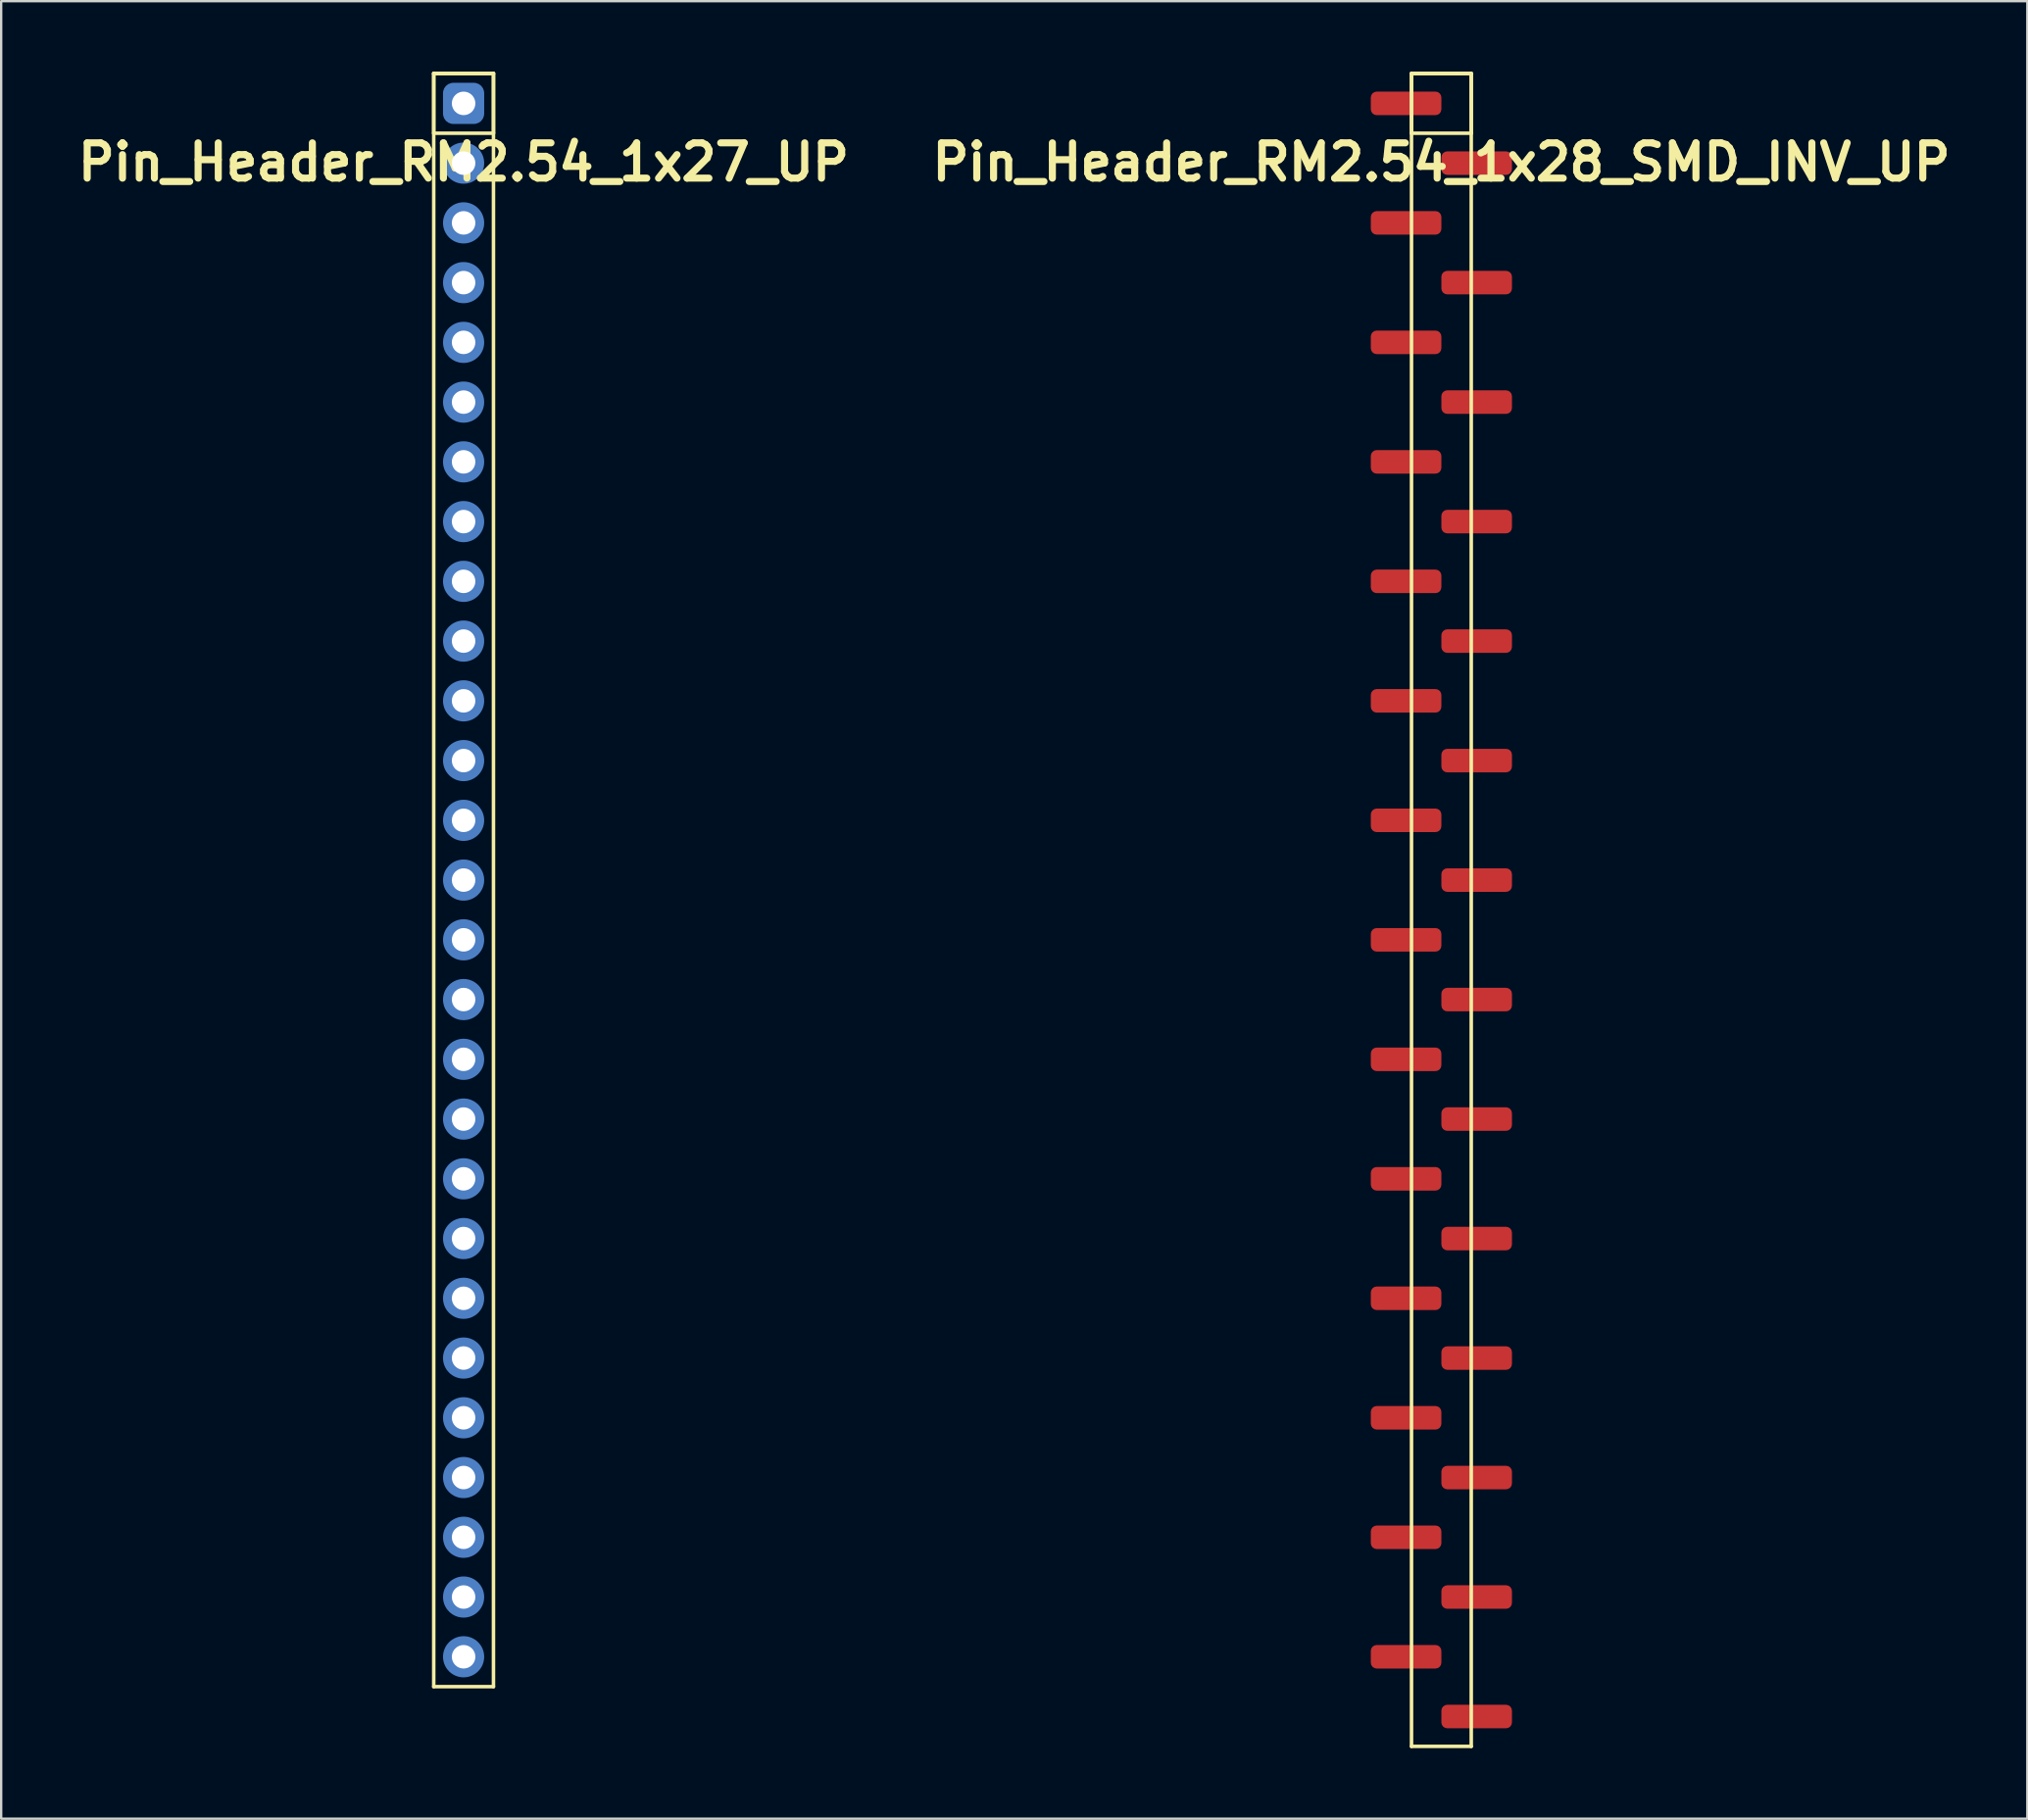
<source format=kicad_pcb>
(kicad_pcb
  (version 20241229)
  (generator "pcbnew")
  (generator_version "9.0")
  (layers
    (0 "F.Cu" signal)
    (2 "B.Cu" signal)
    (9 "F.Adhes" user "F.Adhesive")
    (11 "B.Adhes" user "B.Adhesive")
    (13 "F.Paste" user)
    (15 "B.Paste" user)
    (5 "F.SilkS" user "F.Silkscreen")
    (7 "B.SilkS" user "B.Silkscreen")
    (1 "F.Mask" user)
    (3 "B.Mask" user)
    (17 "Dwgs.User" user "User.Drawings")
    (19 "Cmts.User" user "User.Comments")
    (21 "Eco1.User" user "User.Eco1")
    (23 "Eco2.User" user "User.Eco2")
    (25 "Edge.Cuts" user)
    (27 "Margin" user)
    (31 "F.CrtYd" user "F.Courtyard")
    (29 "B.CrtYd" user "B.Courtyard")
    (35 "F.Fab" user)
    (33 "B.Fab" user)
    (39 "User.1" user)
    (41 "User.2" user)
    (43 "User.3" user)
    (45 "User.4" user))
  (footprint "Pin_Header_RM2.54_1x27_UP"
    (layer "F.Cu")
    (at 16.657 1.345)
    (property "Reference" "Pin_Header_RM2.54_1x27_UP" (at 0 2.5 0) (layer "F.SilkS") (effects (font (size 1.5 1.5) (thickness 0.3))))
    (attr through_hole)
    (fp_line (start -1.27 -1.27) (end 1.27 -1.27) (stroke (width 0.15) (type solid)) (layer "F.SilkS"))
    (fp_line (start -1.27 -1.27) (end 1.27 -1.27) (stroke (width 0.15) (type solid)) (layer "F.SilkS"))
    (fp_line (start -1.27 1.27) (end -1.27 -1.27) (stroke (width 0.15) (type solid)) (layer "F.SilkS"))
    (fp_line (start -1.27 67.31) (end -1.27 -1.27) (stroke (width 0.15) (type solid)) (layer "F.SilkS"))
    (fp_line (start 1.27 -1.27) (end 1.27 1.27) (stroke (width 0.15) (type solid)) (layer "F.SilkS"))
    (fp_line (start 1.27 -1.27) (end 1.27 67.31) (stroke (width 0.15) (type solid)) (layer "F.SilkS"))
    (fp_line (start 1.27 1.27) (end -1.27 1.27) (stroke (width 0.15) (type solid)) (layer "F.SilkS"))
    (fp_line (start 1.27 67.31) (end -1.27 67.31) (stroke (width 0.15) (type solid)) (layer "F.SilkS"))
    (pad "1" thru_hole circle (at 0 0) (size 1.3 1.3) (drill 1) (layers "*.Cu" "*.Mask"))
    (pad "1" smd roundrect (at 0 0) (size 1.5 1.5) (layers "F.Cu" "F.Mask") (roundrect_rratio 0.25))
    (pad "1" smd roundrect (at 0 0) (size 1.75 1.75) (layers "B.Cu" "B.Mask") (roundrect_rratio 0.25))
    (pad "2" thru_hole circle (at 0 2.54) (size 1.3 1.3) (drill 1) (layers "*.Cu" "*.Mask"))
    (pad "2" smd circle (at 0 2.54) (size 1.5 1.5) (layers "F.Cu" "F.Mask"))
    (pad "2" smd circle (at 0 2.54) (size 1.75 1.75) (layers "B.Cu" "B.Mask"))
    (pad "3" thru_hole circle (at 0 5.08) (size 1.3 1.3) (drill 1) (layers "*.Cu" "*.Mask"))
    (pad "3" smd circle (at 0 5.08) (size 1.5 1.5) (layers "F.Cu" "F.Mask"))
    (pad "3" smd circle (at 0 5.08) (size 1.75 1.75) (layers "B.Cu" "B.Mask"))
    (pad "4" thru_hole circle (at 0 7.62) (size 1.3 1.3) (drill 1) (layers "*.Cu" "*.Mask"))
    (pad "4" smd circle (at 0 7.62) (size 1.5 1.5) (layers "F.Cu" "F.Mask"))
    (pad "4" smd circle (at 0 7.62) (size 1.75 1.75) (layers "B.Cu" "B.Mask"))
    (pad "5" thru_hole circle (at 0 10.16) (size 1.3 1.3) (drill 1) (layers "*.Cu" "*.Mask"))
    (pad "5" smd circle (at 0 10.16) (size 1.5 1.5) (layers "F.Cu" "F.Mask"))
    (pad "5" smd circle (at 0 10.16) (size 1.75 1.75) (layers "B.Cu" "B.Mask"))
    (pad "6" thru_hole circle (at 0 12.7) (size 1.3 1.3) (drill 1) (layers "*.Cu" "*.Mask"))
    (pad "6" smd circle (at 0 12.7) (size 1.5 1.5) (layers "F.Cu" "F.Mask"))
    (pad "6" smd circle (at 0 12.7) (size 1.75 1.75) (layers "B.Cu" "B.Mask"))
    (pad "7" thru_hole circle (at 0 15.24) (size 1.3 1.3) (drill 1) (layers "*.Cu" "*.Mask"))
    (pad "7" smd circle (at 0 15.24) (size 1.5 1.5) (layers "F.Cu" "F.Mask"))
    (pad "7" smd circle (at 0 15.24) (size 1.75 1.75) (layers "B.Cu" "B.Mask"))
    (pad "8" thru_hole circle (at 0 17.78) (size 1.3 1.3) (drill 1) (layers "*.Cu" "*.Mask"))
    (pad "8" smd circle (at 0 17.78) (size 1.5 1.5) (layers "F.Cu" "F.Mask"))
    (pad "8" smd circle (at 0 17.78) (size 1.75 1.75) (layers "B.Cu" "B.Mask"))
    (pad "9" thru_hole circle (at 0 20.32) (size 1.3 1.3) (drill 1) (layers "*.Cu" "*.Mask"))
    (pad "9" smd circle (at 0 20.32) (size 1.5 1.5) (layers "F.Cu" "F.Mask"))
    (pad "9" smd circle (at 0 20.32) (size 1.75 1.75) (layers "B.Cu" "B.Mask"))
    (pad "10" thru_hole circle (at 0 22.86) (size 1.3 1.3) (drill 1) (layers "*.Cu" "*.Mask"))
    (pad "10" smd circle (at 0 22.86) (size 1.5 1.5) (layers "F.Cu" "F.Mask"))
    (pad "10" smd circle (at 0 22.86) (size 1.75 1.75) (layers "B.Cu" "B.Mask"))
    (pad "11" thru_hole circle (at 0 25.4) (size 1.3 1.3) (drill 1) (layers "*.Cu" "*.Mask"))
    (pad "11" smd circle (at 0 25.4) (size 1.5 1.5) (layers "F.Cu" "F.Mask"))
    (pad "11" smd circle (at 0 25.4) (size 1.75 1.75) (layers "B.Cu" "B.Mask"))
    (pad "12" thru_hole circle (at 0 27.94) (size 1.3 1.3) (drill 1) (layers "*.Cu" "*.Mask"))
    (pad "12" smd circle (at 0 27.94) (size 1.5 1.5) (layers "F.Cu" "F.Mask"))
    (pad "12" smd circle (at 0 27.94) (size 1.75 1.75) (layers "B.Cu" "B.Mask"))
    (pad "13" thru_hole circle (at 0 30.48) (size 1.3 1.3) (drill 1) (layers "*.Cu" "*.Mask"))
    (pad "13" smd circle (at 0 30.48) (size 1.5 1.5) (layers "F.Cu" "F.Mask"))
    (pad "13" smd circle (at 0 30.48) (size 1.75 1.75) (layers "B.Cu" "B.Mask"))
    (pad "14" thru_hole circle (at 0 33.02) (size 1.3 1.3) (drill 1) (layers "*.Cu" "*.Mask"))
    (pad "14" smd circle (at 0 33.02) (size 1.5 1.5) (layers "F.Cu" "F.Mask"))
    (pad "14" smd circle (at 0 33.02) (size 1.75 1.75) (layers "B.Cu" "B.Mask"))
    (pad "15" thru_hole circle (at 0 35.56) (size 1.3 1.3) (drill 1) (layers "*.Cu" "*.Mask"))
    (pad "15" smd circle (at 0 35.56) (size 1.5 1.5) (layers "F.Cu" "F.Mask"))
    (pad "15" smd circle (at 0 35.56) (size 1.75 1.75) (layers "B.Cu" "B.Mask"))
    (pad "16" thru_hole circle (at 0 38.1) (size 1.3 1.3) (drill 1) (layers "*.Cu" "*.Mask"))
    (pad "16" smd circle (at 0 38.1) (size 1.5 1.5) (layers "F.Cu" "F.Mask"))
    (pad "16" smd circle (at 0 38.1) (size 1.75 1.75) (layers "B.Cu" "B.Mask"))
    (pad "17" thru_hole circle (at 0 40.64) (size 1.3 1.3) (drill 1) (layers "*.Cu" "*.Mask"))
    (pad "17" smd circle (at 0 40.64) (size 1.5 1.5) (layers "F.Cu" "F.Mask"))
    (pad "17" smd circle (at 0 40.64) (size 1.75 1.75) (layers "B.Cu" "B.Mask"))
    (pad "18" thru_hole circle (at 0 43.18) (size 1.3 1.3) (drill 1) (layers "*.Cu" "*.Mask"))
    (pad "18" smd circle (at 0 43.18) (size 1.5 1.5) (layers "F.Cu" "F.Mask"))
    (pad "18" smd circle (at 0 43.18) (size 1.75 1.75) (layers "B.Cu" "B.Mask"))
    (pad "19" thru_hole circle (at 0 45.72) (size 1.3 1.3) (drill 1) (layers "*.Cu" "*.Mask"))
    (pad "19" smd circle (at 0 45.72) (size 1.5 1.5) (layers "F.Cu" "F.Mask"))
    (pad "19" smd circle (at 0 45.72) (size 1.75 1.75) (layers "B.Cu" "B.Mask"))
    (pad "20" thru_hole circle (at 0 48.26) (size 1.3 1.3) (drill 1) (layers "*.Cu" "*.Mask"))
    (pad "20" smd circle (at 0 48.26) (size 1.5 1.5) (layers "F.Cu" "F.Mask"))
    (pad "20" smd circle (at 0 48.26) (size 1.75 1.75) (layers "B.Cu" "B.Mask"))
    (pad "21" thru_hole circle (at 0 50.8) (size 1.3 1.3) (drill 1) (layers "*.Cu" "*.Mask"))
    (pad "21" smd circle (at 0 50.8) (size 1.5 1.5) (layers "F.Cu" "F.Mask"))
    (pad "21" smd circle (at 0 50.8) (size 1.75 1.75) (layers "B.Cu" "B.Mask"))
    (pad "22" thru_hole circle (at 0 53.34) (size 1.3 1.3) (drill 1) (layers "*.Cu" "*.Mask"))
    (pad "22" smd circle (at 0 53.34) (size 1.5 1.5) (layers "F.Cu" "F.Mask"))
    (pad "22" smd circle (at 0 53.34) (size 1.75 1.75) (layers "B.Cu" "B.Mask"))
    (pad "23" thru_hole circle (at 0 55.88) (size 1.3 1.3) (drill 1) (layers "*.Cu" "*.Mask"))
    (pad "23" smd circle (at 0 55.88) (size 1.5 1.5) (layers "F.Cu" "F.Mask"))
    (pad "23" smd circle (at 0 55.88) (size 1.75 1.75) (layers "B.Cu" "B.Mask"))
    (pad "24" thru_hole circle (at 0 58.42) (size 1.3 1.3) (drill 1) (layers "*.Cu" "*.Mask"))
    (pad "24" smd circle (at 0 58.42) (size 1.5 1.5) (layers "F.Cu" "F.Mask"))
    (pad "24" smd circle (at 0 58.42) (size 1.75 1.75) (layers "B.Cu" "B.Mask"))
    (pad "25" thru_hole circle (at 0 60.96) (size 1.3 1.3) (drill 1) (layers "*.Cu" "*.Mask"))
    (pad "25" smd circle (at 0 60.96) (size 1.5 1.5) (layers "F.Cu" "F.Mask"))
    (pad "25" smd circle (at 0 60.96) (size 1.75 1.75) (layers "B.Cu" "B.Mask"))
    (pad "26" thru_hole circle (at 0 63.5) (size 1.3 1.3) (drill 1) (layers "*.Cu" "*.Mask"))
    (pad "26" smd circle (at 0 63.5) (size 1.5 1.5) (layers "F.Cu" "F.Mask"))
    (pad "26" smd circle (at 0 63.5) (size 1.75 1.75) (layers "B.Cu" "B.Mask"))
    (pad "27" thru_hole circle (at 0 66.04) (size 1.3 1.3) (drill 1) (layers "*.Cu" "*.Mask"))
    (pad "27" smd circle (at 0 66.04) (size 1.5 1.5) (layers "F.Cu" "F.Mask"))
    (pad "27" smd circle (at 0 66.04) (size 1.75 1.75) (layers "B.Cu" "B.Mask")))
  (footprint "Pin_Header_RM2.54_1x28_SMD_INV_UP"
    (layer "F.Cu")
    (at 58.221 1.345)
    (property "Reference" "Pin_Header_RM2.54_1x28_SMD_INV_UP" (at 0 2.5 0) (layer "F.SilkS") (effects (font (size 1.5 1.5) (thickness 0.3))))
    (attr through_hole)
    (fp_line (start -1.27 -1.27) (end 1.27 -1.27) (stroke (width 0.15) (type solid)) (layer "F.SilkS"))
    (fp_line (start -1.27 -1.27) (end 1.27 -1.27) (stroke (width 0.15) (type solid)) (layer "F.SilkS"))
    (fp_line (start -1.27 1.27) (end -1.27 -1.27) (stroke (width 0.15) (type solid)) (layer "F.SilkS"))
    (fp_line (start -1.27 69.85) (end -1.27 -1.27) (stroke (width 0.15) (type solid)) (layer "F.SilkS"))
    (fp_line (start 1.27 -1.27) (end 1.27 1.27) (stroke (width 0.15) (type solid)) (layer "F.SilkS"))
    (fp_line (start 1.27 -1.27) (end 1.27 69.85) (stroke (width 0.15) (type solid)) (layer "F.SilkS"))
    (fp_line (start 1.27 1.27) (end -1.27 1.27) (stroke (width 0.15) (type solid)) (layer "F.SilkS"))
    (fp_line (start 1.27 69.85) (end -1.27 69.85) (stroke (width 0.15) (type solid)) (layer "F.SilkS"))
    (pad "1" smd roundrect (at -1.5 0) (size 3 1) (layers "F.Cu" "F.Mask" "F.Paste") (roundrect_rratio 0.25))
    (pad "2" smd roundrect (at 1.5 2.54) (size 3 1) (layers "F.Cu" "F.Mask" "F.Paste") (roundrect_rratio 0.25))
    (pad "3" smd roundrect (at -1.5 5.08) (size 3 1) (layers "F.Cu" "F.Mask" "F.Paste") (roundrect_rratio 0.25))
    (pad "4" smd roundrect (at 1.5 7.62) (size 3 1) (layers "F.Cu" "F.Mask" "F.Paste") (roundrect_rratio 0.25))
    (pad "5" smd roundrect (at -1.5 10.16) (size 3 1) (layers "F.Cu" "F.Mask" "F.Paste") (roundrect_rratio 0.25))
    (pad "6" smd roundrect (at 1.5 12.7) (size 3 1) (layers "F.Cu" "F.Mask" "F.Paste") (roundrect_rratio 0.25))
    (pad "7" smd roundrect (at -1.5 15.24) (size 3 1) (layers "F.Cu" "F.Mask" "F.Paste") (roundrect_rratio 0.25))
    (pad "8" smd roundrect (at 1.5 17.78) (size 3 1) (layers "F.Cu" "F.Mask" "F.Paste") (roundrect_rratio 0.25))
    (pad "9" smd roundrect (at -1.5 20.32) (size 3 1) (layers "F.Cu" "F.Mask" "F.Paste") (roundrect_rratio 0.25))
    (pad "10" smd roundrect (at 1.5 22.86) (size 3 1) (layers "F.Cu" "F.Mask" "F.Paste") (roundrect_rratio 0.25))
    (pad "11" smd roundrect (at -1.5 25.4) (size 3 1) (layers "F.Cu" "F.Mask" "F.Paste") (roundrect_rratio 0.25))
    (pad "12" smd roundrect (at 1.5 27.94) (size 3 1) (layers "F.Cu" "F.Mask" "F.Paste") (roundrect_rratio 0.25))
    (pad "13" smd roundrect (at -1.5 30.48) (size 3 1) (layers "F.Cu" "F.Mask" "F.Paste") (roundrect_rratio 0.25))
    (pad "14" smd roundrect (at 1.5 33.02) (size 3 1) (layers "F.Cu" "F.Mask" "F.Paste") (roundrect_rratio 0.25))
    (pad "15" smd roundrect (at -1.5 35.56) (size 3 1) (layers "F.Cu" "F.Mask" "F.Paste") (roundrect_rratio 0.25))
    (pad "16" smd roundrect (at 1.5 38.1) (size 3 1) (layers "F.Cu" "F.Mask" "F.Paste") (roundrect_rratio 0.25))
    (pad "17" smd roundrect (at -1.5 40.64) (size 3 1) (layers "F.Cu" "F.Mask" "F.Paste") (roundrect_rratio 0.25))
    (pad "18" smd roundrect (at 1.5 43.18) (size 3 1) (layers "F.Cu" "F.Mask" "F.Paste") (roundrect_rratio 0.25))
    (pad "19" smd roundrect (at -1.5 45.72) (size 3 1) (layers "F.Cu" "F.Mask" "F.Paste") (roundrect_rratio 0.25))
    (pad "20" smd roundrect (at 1.5 48.26) (size 3 1) (layers "F.Cu" "F.Mask" "F.Paste") (roundrect_rratio 0.25))
    (pad "21" smd roundrect (at -1.5 50.8) (size 3 1) (layers "F.Cu" "F.Mask" "F.Paste") (roundrect_rratio 0.25))
    (pad "22" smd roundrect (at 1.5 53.34) (size 3 1) (layers "F.Cu" "F.Mask" "F.Paste") (roundrect_rratio 0.25))
    (pad "23" smd roundrect (at -1.5 55.88) (size 3 1) (layers "F.Cu" "F.Mask" "F.Paste") (roundrect_rratio 0.25))
    (pad "24" smd roundrect (at 1.5 58.42) (size 3 1) (layers "F.Cu" "F.Mask" "F.Paste") (roundrect_rratio 0.25))
    (pad "25" smd roundrect (at -1.5 60.96) (size 3 1) (layers "F.Cu" "F.Mask" "F.Paste") (roundrect_rratio 0.25))
    (pad "26" smd roundrect (at 1.5 63.5) (size 3 1) (layers "F.Cu" "F.Mask" "F.Paste") (roundrect_rratio 0.25))
    (pad "27" smd roundrect (at -1.5 66.04) (size 3 1) (layers "F.Cu" "F.Mask" "F.Paste") (roundrect_rratio 0.25))
    (pad "28" smd roundrect (at 1.5 68.58) (size 3 1) (layers "F.Cu" "F.Mask" "F.Paste") (roundrect_rratio 0.25)))
  (gr_rect
    (start -3 -3)
    (end 83.129 74.27)
    (stroke (width 0.1) (type default))
    (fill no)
    (layer "Edge.Cuts")))
</source>
